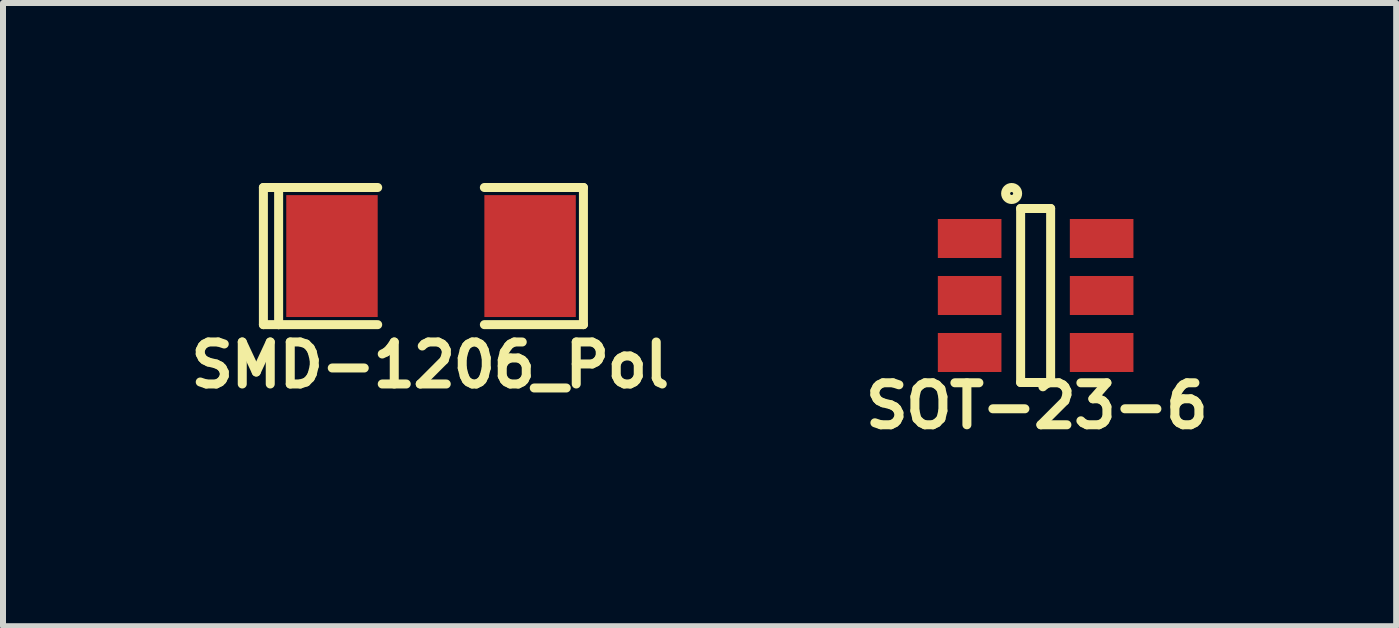
<source format=kicad_pcb>
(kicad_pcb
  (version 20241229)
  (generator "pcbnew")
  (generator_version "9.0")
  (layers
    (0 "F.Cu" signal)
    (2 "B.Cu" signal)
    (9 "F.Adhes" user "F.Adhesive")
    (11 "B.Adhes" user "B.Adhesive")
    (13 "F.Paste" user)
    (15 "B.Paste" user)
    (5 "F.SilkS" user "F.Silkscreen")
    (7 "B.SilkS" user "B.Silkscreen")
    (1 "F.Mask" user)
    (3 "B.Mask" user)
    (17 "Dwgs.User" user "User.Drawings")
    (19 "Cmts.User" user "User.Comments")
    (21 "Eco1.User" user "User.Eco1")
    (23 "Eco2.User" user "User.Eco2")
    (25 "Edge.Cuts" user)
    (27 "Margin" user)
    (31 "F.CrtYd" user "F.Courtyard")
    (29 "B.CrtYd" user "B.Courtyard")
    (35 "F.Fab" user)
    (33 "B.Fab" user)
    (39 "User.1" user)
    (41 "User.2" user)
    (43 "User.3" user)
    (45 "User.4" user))
  (footprint "SMD-1206_Pol"
    (layer "F.Cu")
    (at 4.134 1.218)
    (property "Reference" "SMD-1206_Pol" (at -0.013 1.816 0) (layer "F.SilkS") (effects (font (size 0.7 0.7) (thickness 0.15))))
    (attr smd)
    (fp_line (start -2.794 -1.143) (end -2.794 1.143) (stroke (width 0.15) (type solid)) (layer "F.SilkS"))
    (fp_line (start -2.794 1.143) (end -2.54 1.143) (stroke (width 0.15) (type solid)) (layer "F.SilkS"))
    (fp_line (start -2.54 -1.143) (end -2.794 -1.143) (stroke (width 0.15) (type solid)) (layer "F.SilkS"))
    (fp_line (start -2.54 -1.143) (end -2.54 1.143) (stroke (width 0.15) (type solid)) (layer "F.SilkS"))
    (fp_line (start -2.54 1.143) (end -0.889 1.143) (stroke (width 0.15) (type solid)) (layer "F.SilkS"))
    (fp_line (start -0.889 -1.143) (end -2.54 -1.143) (stroke (width 0.15) (type solid)) (layer "F.SilkS"))
    (fp_line (start 0.889 -1.143) (end 2.54 -1.143) (stroke (width 0.15) (type solid)) (layer "F.SilkS"))
    (fp_line (start 2.54 -1.143) (end 2.54 1.143) (stroke (width 0.15) (type solid)) (layer "F.SilkS"))
    (fp_line (start 2.54 1.143) (end 0.889 1.143) (stroke (width 0.15) (type solid)) (layer "F.SilkS"))
    (pad "1" smd rect (at -1.651 0) (size 1.524 2.032) (layers "F.Cu" "F.Mask" "F.Paste"))
    (pad "2" smd rect (at 1.651 0) (size 1.524 2.032) (layers "F.Cu" "F.Mask" "F.Paste")))
  (footprint "SOT-23-6"
    (layer "F.Cu")
    (at 14.211 1.875)
    (property "Reference" "SOT-23-6" (at 0.021 1.839 0) (layer "F.SilkS") (effects (font (size 0.7 0.7) (thickness 0.15))))
    (attr smd)
    (fp_line (start -0.25 -1.45) (end -0.25 1.45) (stroke (width 0.15) (type solid)) (layer "F.SilkS"))
    (fp_line (start -0.25 1.45) (end 0.25 1.45) (stroke (width 0.15) (type solid)) (layer "F.SilkS"))
    (fp_line (start 0.25 -1.45) (end -0.25 -1.45) (stroke (width 0.15) (type solid)) (layer "F.SilkS"))
    (fp_line (start 0.25 1.45) (end 0.25 -1.45) (stroke (width 0.15) (type solid)) (layer "F.SilkS"))
    (fp_circle (center -0.4 -1.7) (end -0.3 -1.7) (stroke (width 0.15) (type solid)) (fill no) (layer "F.SilkS"))
    (pad "1" smd rect (at -1.1 -0.95) (size 1.06 0.65) (layers "F.Cu" "F.Mask" "F.Paste"))
    (pad "2" smd rect (at -1.1 0) (size 1.06 0.65) (layers "F.Cu" "F.Mask" "F.Paste"))
    (pad "3" smd rect (at -1.1 0.95) (size 1.06 0.65) (layers "F.Cu" "F.Mask" "F.Paste"))
    (pad "4" smd rect (at 1.1 0.95) (size 1.06 0.65) (layers "F.Cu" "F.Mask" "F.Paste"))
    (pad "5" smd rect (at 1.1 0) (size 1.06 0.65) (layers "F.Cu" "F.Mask" "F.Paste"))
    (pad "6" smd rect (at 1.1 -0.95) (size 1.06 0.65) (layers "F.Cu" "F.Mask" "F.Paste")))
  (gr_rect
    (start -3 -3)
    (end 20.22 7.387)
    (stroke (width 0.1) (type default))
    (fill no)
    (layer "Edge.Cuts")))
</source>
